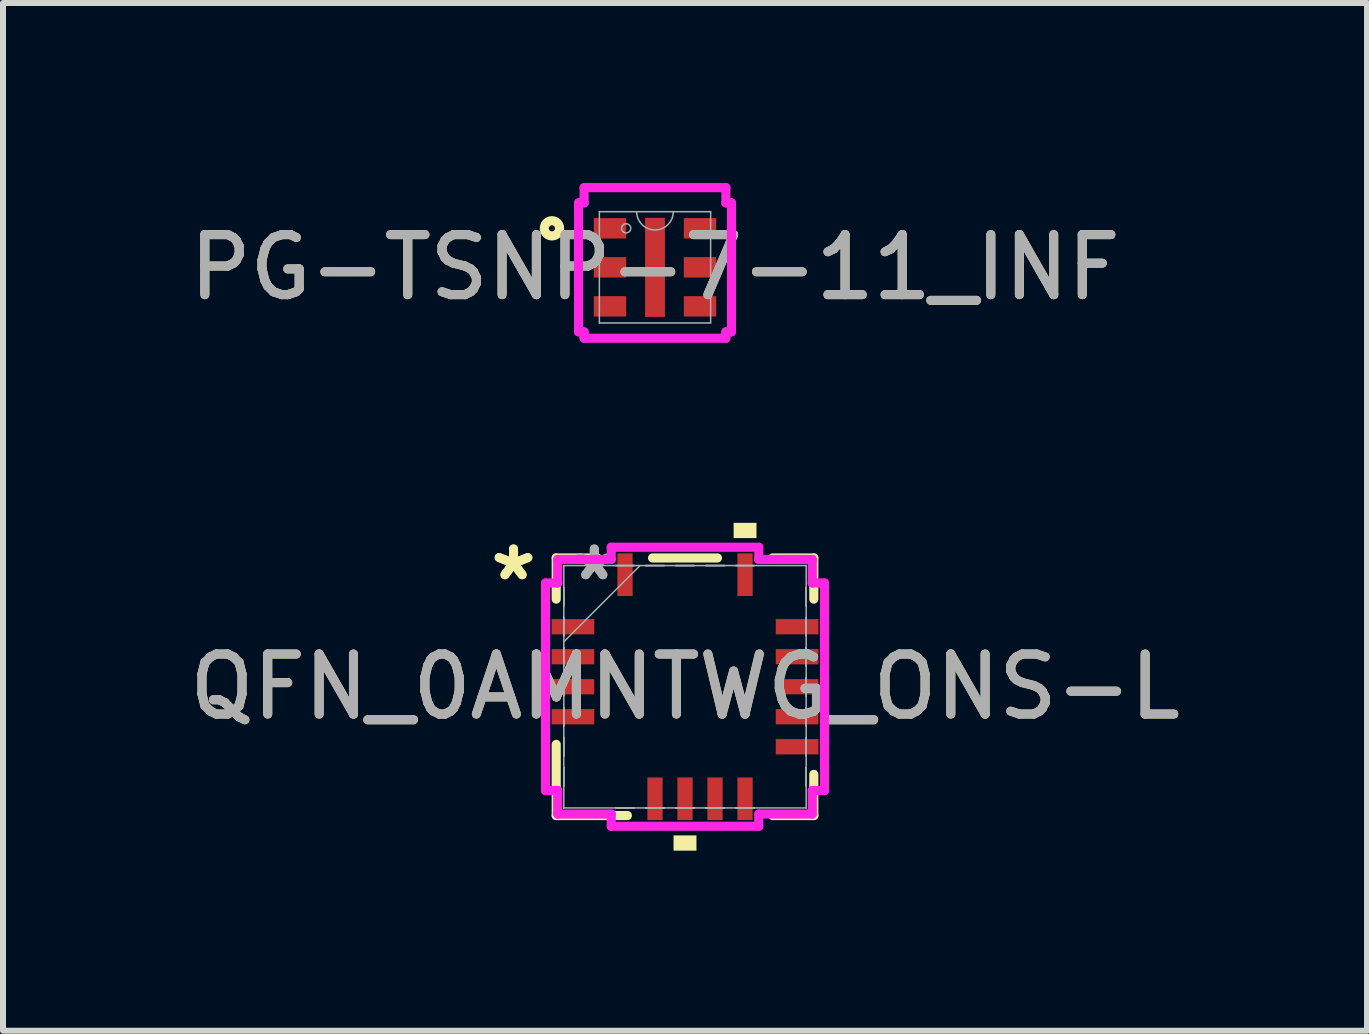
<source format=kicad_pcb>
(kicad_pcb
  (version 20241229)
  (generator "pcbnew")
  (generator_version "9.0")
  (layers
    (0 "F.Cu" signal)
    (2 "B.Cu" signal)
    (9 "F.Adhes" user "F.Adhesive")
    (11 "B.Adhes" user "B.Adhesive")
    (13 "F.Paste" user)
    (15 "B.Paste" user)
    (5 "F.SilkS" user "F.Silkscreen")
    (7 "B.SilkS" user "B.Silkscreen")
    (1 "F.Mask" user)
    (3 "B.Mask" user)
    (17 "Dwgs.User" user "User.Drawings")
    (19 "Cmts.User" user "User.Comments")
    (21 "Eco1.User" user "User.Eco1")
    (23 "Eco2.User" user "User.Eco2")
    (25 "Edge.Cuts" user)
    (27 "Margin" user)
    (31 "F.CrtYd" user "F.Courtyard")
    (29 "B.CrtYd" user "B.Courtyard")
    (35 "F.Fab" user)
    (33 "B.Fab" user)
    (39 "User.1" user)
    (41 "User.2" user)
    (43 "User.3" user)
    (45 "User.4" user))
  (footprint "QFN_0AMNTWG_ONS-L"
    (layer "F.Cu")
    (at 8.363 8.392)
    (property "Reference" "QFN_0AMNTWG_ONS-L" (at 0 0 0) (unlocked yes) (layer "F.SilkS") (effects (font (size 1 1) (thickness 0.15))))
    (attr smd)
    (fp_line (start -2.146 -2.146) (end -2.146 -1.46) (stroke (width 0.152) (type solid)) (layer "F.SilkS"))
    (fp_line (start -2.146 0.96) (end -2.146 2.146) (stroke (width 0.152) (type solid)) (layer "F.SilkS"))
    (fp_line (start -2.146 2.146) (end -0.96 2.146) (stroke (width 0.152) (type solid)) (layer "F.SilkS"))
    (fp_line (start -1.46 -2.146) (end -2.146 -2.146) (stroke (width 0.152) (type solid)) (layer "F.SilkS"))
    (fp_line (start 0.541 -2.146) (end -0.541 -2.146) (stroke (width 0.152) (type solid)) (layer "F.SilkS"))
    (fp_line (start 1.46 2.146) (end 2.146 2.146) (stroke (width 0.152) (type solid)) (layer "F.SilkS"))
    (fp_line (start 2.146 -2.146) (end 1.46 -2.146) (stroke (width 0.152) (type solid)) (layer "F.SilkS"))
    (fp_line (start 2.146 -1.46) (end 2.146 -2.146) (stroke (width 0.152) (type solid)) (layer "F.SilkS"))
    (fp_line (start 2.146 2.146) (end 2.146 1.46) (stroke (width 0.152) (type solid)) (layer "F.SilkS"))
    (fp_poly (pts (xy -0.191 2.477) (xy -0.191 2.731) (xy 0.191 2.731) (xy 0.191 2.477)) (stroke (width 0) (type solid)) (fill yes) (layer "F.SilkS"))
    (fp_poly (pts (xy 0.81 -2.477) (xy 0.81 -2.731) (xy 1.191 -2.731) (xy 1.191 -2.477)) (stroke (width 0) (type solid)) (fill yes) (layer "F.SilkS"))
    (fp_line (start -2.324 -1.729) (end -2.121 -1.729) (stroke (width 0.152) (type solid)) (layer "F.CrtYd"))
    (fp_line (start -2.324 1.729) (end -2.324 -1.729) (stroke (width 0.152) (type solid)) (layer "F.CrtYd"))
    (fp_line (start -2.121 -2.121) (end -1.229 -2.121) (stroke (width 0.152) (type solid)) (layer "F.CrtYd"))
    (fp_line (start -2.121 -1.729) (end -2.121 -2.121) (stroke (width 0.152) (type solid)) (layer "F.CrtYd"))
    (fp_line (start -2.121 1.729) (end -2.324 1.729) (stroke (width 0.152) (type solid)) (layer "F.CrtYd"))
    (fp_line (start -2.121 2.121) (end -2.121 1.729) (stroke (width 0.152) (type solid)) (layer "F.CrtYd"))
    (fp_line (start -1.229 -2.324) (end 1.229 -2.324) (stroke (width 0.152) (type solid)) (layer "F.CrtYd"))
    (fp_line (start -1.229 -2.121) (end -1.229 -2.324) (stroke (width 0.152) (type solid)) (layer "F.CrtYd"))
    (fp_line (start -1.229 2.121) (end -2.121 2.121) (stroke (width 0.152) (type solid)) (layer "F.CrtYd"))
    (fp_line (start -1.229 2.324) (end -1.229 2.121) (stroke (width 0.152) (type solid)) (layer "F.CrtYd"))
    (fp_line (start 1.229 -2.324) (end 1.229 -2.121) (stroke (width 0.152) (type solid)) (layer "F.CrtYd"))
    (fp_line (start 1.229 -2.121) (end 2.121 -2.121) (stroke (width 0.152) (type solid)) (layer "F.CrtYd"))
    (fp_line (start 1.229 2.121) (end 1.229 2.324) (stroke (width 0.152) (type solid)) (layer "F.CrtYd"))
    (fp_line (start 1.229 2.324) (end -1.229 2.324) (stroke (width 0.152) (type solid)) (layer "F.CrtYd"))
    (fp_line (start 2.121 -2.121) (end 2.121 -1.729) (stroke (width 0.152) (type solid)) (layer "F.CrtYd"))
    (fp_line (start 2.121 -1.729) (end 2.324 -1.729) (stroke (width 0.152) (type solid)) (layer "F.CrtYd"))
    (fp_line (start 2.121 1.729) (end 2.121 2.121) (stroke (width 0.152) (type solid)) (layer "F.CrtYd"))
    (fp_line (start 2.121 2.121) (end 1.229 2.121) (stroke (width 0.152) (type solid)) (layer "F.CrtYd"))
    (fp_line (start 2.324 -1.729) (end 2.324 1.729) (stroke (width 0.152) (type solid)) (layer "F.CrtYd"))
    (fp_line (start 2.324 1.729) (end 2.121 1.729) (stroke (width 0.152) (type solid)) (layer "F.CrtYd"))
    (fp_line (start -2.019 -2.019) (end -2.019 -2.019) (stroke (width 0.025) (type solid)) (layer "F.Fab"))
    (fp_line (start -2.019 -2.019) (end -2.019 2.019) (stroke (width 0.025) (type solid)) (layer "F.Fab"))
    (fp_line (start -2.019 -1.653) (end -2.019 -1.653) (stroke (width 0.025) (type solid)) (layer "F.Fab"))
    (fp_line (start -2.019 -1.653) (end -2.019 -1.348) (stroke (width 0.025) (type solid)) (layer "F.Fab"))
    (fp_line (start -2.019 -1.348) (end -2.019 -1.653) (stroke (width 0.025) (type solid)) (layer "F.Fab"))
    (fp_line (start -2.019 -1.348) (end -2.019 -1.348) (stroke (width 0.025) (type solid)) (layer "F.Fab"))
    (fp_line (start -2.019 -1.153) (end -2.019 -1.153) (stroke (width 0.025) (type solid)) (layer "F.Fab"))
    (fp_line (start -2.019 -1.153) (end -2.019 -0.848) (stroke (width 0.025) (type solid)) (layer "F.Fab"))
    (fp_line (start -2.019 -0.848) (end -2.019 -1.153) (stroke (width 0.025) (type solid)) (layer "F.Fab"))
    (fp_line (start -2.019 -0.848) (end -2.019 -0.848) (stroke (width 0.025) (type solid)) (layer "F.Fab"))
    (fp_line (start -2.019 -0.749) (end -0.749 -2.019) (stroke (width 0.025) (type solid)) (layer "F.Fab"))
    (fp_line (start -2.019 -0.653) (end -2.019 -0.653) (stroke (width 0.025) (type solid)) (layer "F.Fab"))
    (fp_line (start -2.019 -0.653) (end -2.019 -0.348) (stroke (width 0.025) (type solid)) (layer "F.Fab"))
    (fp_line (start -2.019 -0.348) (end -2.019 -0.653) (stroke (width 0.025) (type solid)) (layer "F.Fab"))
    (fp_line (start -2.019 -0.348) (end -2.019 -0.348) (stroke (width 0.025) (type solid)) (layer "F.Fab"))
    (fp_line (start -2.019 -0.152) (end -2.019 -0.152) (stroke (width 0.025) (type solid)) (layer "F.Fab"))
    (fp_line (start -2.019 -0.152) (end -2.019 0.152) (stroke (width 0.025) (type solid)) (layer "F.Fab"))
    (fp_line (start -2.019 0.152) (end -2.019 -0.152) (stroke (width 0.025) (type solid)) (layer "F.Fab"))
    (fp_line (start -2.019 0.152) (end -2.019 0.152) (stroke (width 0.025) (type solid)) (layer "F.Fab"))
    (fp_line (start -2.019 0.348) (end -2.019 0.348) (stroke (width 0.025) (type solid)) (layer "F.Fab"))
    (fp_line (start -2.019 0.348) (end -2.019 0.653) (stroke (width 0.025) (type solid)) (layer "F.Fab"))
    (fp_line (start -2.019 0.653) (end -2.019 0.348) (stroke (width 0.025) (type solid)) (layer "F.Fab"))
    (fp_line (start -2.019 0.653) (end -2.019 0.653) (stroke (width 0.025) (type solid)) (layer "F.Fab"))
    (fp_line (start -2.019 0.848) (end -2.019 0.848) (stroke (width 0.025) (type solid)) (layer "F.Fab"))
    (fp_line (start -2.019 0.848) (end -2.019 1.153) (stroke (width 0.025) (type solid)) (layer "F.Fab"))
    (fp_line (start -2.019 1.153) (end -2.019 0.848) (stroke (width 0.025) (type solid)) (layer "F.Fab"))
    (fp_line (start -2.019 1.153) (end -2.019 1.153) (stroke (width 0.025) (type solid)) (layer "F.Fab"))
    (fp_line (start -2.019 1.348) (end -2.019 1.348) (stroke (width 0.025) (type solid)) (layer "F.Fab"))
    (fp_line (start -2.019 1.348) (end -2.019 1.653) (stroke (width 0.025) (type solid)) (layer "F.Fab"))
    (fp_line (start -2.019 1.653) (end -2.019 1.348) (stroke (width 0.025) (type solid)) (layer "F.Fab"))
    (fp_line (start -2.019 1.653) (end -2.019 1.653) (stroke (width 0.025) (type solid)) (layer "F.Fab"))
    (fp_line (start -2.019 2.019) (end -2.019 2.019) (stroke (width 0.025) (type solid)) (layer "F.Fab"))
    (fp_line (start -2.019 2.019) (end 2.019 2.019) (stroke (width 0.025) (type solid)) (layer "F.Fab"))
    (fp_line (start -1.153 -2.019) (end -1.153 -2.019) (stroke (width 0.025) (type solid)) (layer "F.Fab"))
    (fp_line (start -1.153 -2.019) (end -0.848 -2.019) (stroke (width 0.025) (type solid)) (layer "F.Fab"))
    (fp_line (start -1.153 2.019) (end -1.153 2.019) (stroke (width 0.025) (type solid)) (layer "F.Fab"))
    (fp_line (start -1.153 2.019) (end -0.848 2.019) (stroke (width 0.025) (type solid)) (layer "F.Fab"))
    (fp_line (start -0.848 -2.019) (end -1.153 -2.019) (stroke (width 0.025) (type solid)) (layer "F.Fab"))
    (fp_line (start -0.848 -2.019) (end -0.848 -2.019) (stroke (width 0.025) (type solid)) (layer "F.Fab"))
    (fp_line (start -0.848 2.019) (end -1.153 2.019) (stroke (width 0.025) (type solid)) (layer "F.Fab"))
    (fp_line (start -0.848 2.019) (end -0.848 2.019) (stroke (width 0.025) (type solid)) (layer "F.Fab"))
    (fp_line (start -0.653 -2.019) (end -0.653 -2.019) (stroke (width 0.025) (type solid)) (layer "F.Fab"))
    (fp_line (start -0.653 -2.019) (end -0.348 -2.019) (stroke (width 0.025) (type solid)) (layer "F.Fab"))
    (fp_line (start -0.653 2.019) (end -0.653 2.019) (stroke (width 0.025) (type solid)) (layer "F.Fab"))
    (fp_line (start -0.653 2.019) (end -0.348 2.019) (stroke (width 0.025) (type solid)) (layer "F.Fab"))
    (fp_line (start -0.348 -2.019) (end -0.653 -2.019) (stroke (width 0.025) (type solid)) (layer "F.Fab"))
    (fp_line (start -0.348 -2.019) (end -0.348 -2.019) (stroke (width 0.025) (type solid)) (layer "F.Fab"))
    (fp_line (start -0.348 2.019) (end -0.653 2.019) (stroke (width 0.025) (type solid)) (layer "F.Fab"))
    (fp_line (start -0.348 2.019) (end -0.348 2.019) (stroke (width 0.025) (type solid)) (layer "F.Fab"))
    (fp_line (start -0.152 -2.019) (end -0.152 -2.019) (stroke (width 0.025) (type solid)) (layer "F.Fab"))
    (fp_line (start -0.152 -2.019) (end 0.152 -2.019) (stroke (width 0.025) (type solid)) (layer "F.Fab"))
    (fp_line (start -0.152 2.019) (end -0.152 2.019) (stroke (width 0.025) (type solid)) (layer "F.Fab"))
    (fp_line (start -0.152 2.019) (end 0.152 2.019) (stroke (width 0.025) (type solid)) (layer "F.Fab"))
    (fp_line (start 0.152 -2.019) (end -0.152 -2.019) (stroke (width 0.025) (type solid)) (layer "F.Fab"))
    (fp_line (start 0.152 -2.019) (end 0.152 -2.019) (stroke (width 0.025) (type solid)) (layer "F.Fab"))
    (fp_line (start 0.152 2.019) (end -0.152 2.019) (stroke (width 0.025) (type solid)) (layer "F.Fab"))
    (fp_line (start 0.152 2.019) (end 0.152 2.019) (stroke (width 0.025) (type solid)) (layer "F.Fab"))
    (fp_line (start 0.348 -2.019) (end 0.348 -2.019) (stroke (width 0.025) (type solid)) (layer "F.Fab"))
    (fp_line (start 0.348 -2.019) (end 0.653 -2.019) (stroke (width 0.025) (type solid)) (layer "F.Fab"))
    (fp_line (start 0.348 2.019) (end 0.348 2.019) (stroke (width 0.025) (type solid)) (layer "F.Fab"))
    (fp_line (start 0.348 2.019) (end 0.653 2.019) (stroke (width 0.025) (type solid)) (layer "F.Fab"))
    (fp_line (start 0.653 -2.019) (end 0.348 -2.019) (stroke (width 0.025) (type solid)) (layer "F.Fab"))
    (fp_line (start 0.653 -2.019) (end 0.653 -2.019) (stroke (width 0.025) (type solid)) (layer "F.Fab"))
    (fp_line (start 0.653 2.019) (end 0.348 2.019) (stroke (width 0.025) (type solid)) (layer "F.Fab"))
    (fp_line (start 0.653 2.019) (end 0.653 2.019) (stroke (width 0.025) (type solid)) (layer "F.Fab"))
    (fp_line (start 0.848 -2.019) (end 0.848 -2.019) (stroke (width 0.025) (type solid)) (layer "F.Fab"))
    (fp_line (start 0.848 -2.019) (end 1.153 -2.019) (stroke (width 0.025) (type solid)) (layer "F.Fab"))
    (fp_line (start 0.848 2.019) (end 0.848 2.019) (stroke (width 0.025) (type solid)) (layer "F.Fab"))
    (fp_line (start 0.848 2.019) (end 1.153 2.019) (stroke (width 0.025) (type solid)) (layer "F.Fab"))
    (fp_line (start 1.153 -2.019) (end 0.848 -2.019) (stroke (width 0.025) (type solid)) (layer "F.Fab"))
    (fp_line (start 1.153 -2.019) (end 1.153 -2.019) (stroke (width 0.025) (type solid)) (layer "F.Fab"))
    (fp_line (start 1.153 2.019) (end 0.848 2.019) (stroke (width 0.025) (type solid)) (layer "F.Fab"))
    (fp_line (start 1.153 2.019) (end 1.153 2.019) (stroke (width 0.025) (type solid)) (layer "F.Fab"))
    (fp_line (start 2.019 -2.019) (end -2.019 -2.019) (stroke (width 0.025) (type solid)) (layer "F.Fab"))
    (fp_line (start 2.019 -2.019) (end 2.019 -2.019) (stroke (width 0.025) (type solid)) (layer "F.Fab"))
    (fp_line (start 2.019 -1.653) (end 2.019 -1.653) (stroke (width 0.025) (type solid)) (layer "F.Fab"))
    (fp_line (start 2.019 -1.653) (end 2.019 -1.348) (stroke (width 0.025) (type solid)) (layer "F.Fab"))
    (fp_line (start 2.019 -1.348) (end 2.019 -1.653) (stroke (width 0.025) (type solid)) (layer "F.Fab"))
    (fp_line (start 2.019 -1.348) (end 2.019 -1.348) (stroke (width 0.025) (type solid)) (layer "F.Fab"))
    (fp_line (start 2.019 -1.153) (end 2.019 -1.153) (stroke (width 0.025) (type solid)) (layer "F.Fab"))
    (fp_line (start 2.019 -1.153) (end 2.019 -0.848) (stroke (width 0.025) (type solid)) (layer "F.Fab"))
    (fp_line (start 2.019 -0.848) (end 2.019 -1.153) (stroke (width 0.025) (type solid)) (layer "F.Fab"))
    (fp_line (start 2.019 -0.848) (end 2.019 -0.848) (stroke (width 0.025) (type solid)) (layer "F.Fab"))
    (fp_line (start 2.019 -0.653) (end 2.019 -0.653) (stroke (width 0.025) (type solid)) (layer "F.Fab"))
    (fp_line (start 2.019 -0.653) (end 2.019 -0.348) (stroke (width 0.025) (type solid)) (layer "F.Fab"))
    (fp_line (start 2.019 -0.348) (end 2.019 -0.653) (stroke (width 0.025) (type solid)) (layer "F.Fab"))
    (fp_line (start 2.019 -0.348) (end 2.019 -0.348) (stroke (width 0.025) (type solid)) (layer "F.Fab"))
    (fp_line (start 2.019 -0.152) (end 2.019 -0.152) (stroke (width 0.025) (type solid)) (layer "F.Fab"))
    (fp_line (start 2.019 -0.152) (end 2.019 0.152) (stroke (width 0.025) (type solid)) (layer "F.Fab"))
    (fp_line (start 2.019 0.152) (end 2.019 -0.152) (stroke (width 0.025) (type solid)) (layer "F.Fab"))
    (fp_line (start 2.019 0.152) (end 2.019 0.152) (stroke (width 0.025) (type solid)) (layer "F.Fab"))
    (fp_line (start 2.019 0.348) (end 2.019 0.348) (stroke (width 0.025) (type solid)) (layer "F.Fab"))
    (fp_line (start 2.019 0.348) (end 2.019 0.653) (stroke (width 0.025) (type solid)) (layer "F.Fab"))
    (fp_line (start 2.019 0.653) (end 2.019 0.348) (stroke (width 0.025) (type solid)) (layer "F.Fab"))
    (fp_line (start 2.019 0.653) (end 2.019 0.653) (stroke (width 0.025) (type solid)) (layer "F.Fab"))
    (fp_line (start 2.019 0.848) (end 2.019 0.848) (stroke (width 0.025) (type solid)) (layer "F.Fab"))
    (fp_line (start 2.019 0.848) (end 2.019 1.153) (stroke (width 0.025) (type solid)) (layer "F.Fab"))
    (fp_line (start 2.019 1.153) (end 2.019 0.848) (stroke (width 0.025) (type solid)) (layer "F.Fab"))
    (fp_line (start 2.019 1.153) (end 2.019 1.153) (stroke (width 0.025) (type solid)) (layer "F.Fab"))
    (fp_line (start 2.019 1.348) (end 2.019 1.348) (stroke (width 0.025) (type solid)) (layer "F.Fab"))
    (fp_line (start 2.019 1.348) (end 2.019 1.653) (stroke (width 0.025) (type solid)) (layer "F.Fab"))
    (fp_line (start 2.019 1.653) (end 2.019 1.348) (stroke (width 0.025) (type solid)) (layer "F.Fab"))
    (fp_line (start 2.019 1.653) (end 2.019 1.653) (stroke (width 0.025) (type solid)) (layer "F.Fab"))
    (fp_line (start 2.019 2.019) (end 2.019 -2.019) (stroke (width 0.025) (type solid)) (layer "F.Fab"))
    (fp_line (start 2.019 2.019) (end 2.019 2.019) (stroke (width 0.025) (type solid)) (layer "F.Fab"))
    (fp_text user "*" (at -2.857 -1.75 0) (layer "F.SilkS") (effects (font (size 1 1) (thickness 0.15))))
    (fp_text user "*" (at -2.857 -1.75 0) (unlocked yes) (layer "F.SilkS") (effects (font (size 1 1) (thickness 0.15))))
    (fp_text user "*" (at -1.511 -1.75 0) (layer "F.Fab") (effects (font (size 1 1) (thickness 0.15))))
    (fp_text user "*" (at -1.511 -1.75 0) (unlocked yes) (layer "F.Fab") (effects (font (size 1 1) (thickness 0.15))))
    (fp_text user "${REFERENCE}" (at 0 0 0) (unlocked yes) (layer "F.Fab") (effects (font (size 1 1) (thickness 0.15))))
    (pad "1" smd rect (at -1.867 -1 90) (size 0.254 0.711) (layers "F.Cu" "F.Mask" "F.Paste"))
    (pad "2" smd rect (at -1.867 -0.5 90) (size 0.254 0.711) (layers "F.Cu" "F.Mask" "F.Paste"))
    (pad "3" smd rect (at -1.867 0 90) (size 0.254 0.711) (layers "F.Cu" "F.Mask" "F.Paste"))
    (pad "4" smd rect (at -1.867 0.5 90) (size 0.254 0.711) (layers "F.Cu" "F.Mask" "F.Paste"))
    (pad "5" smd rect (at -0.5 1.867) (size 0.254 0.711) (layers "F.Cu" "F.Mask" "F.Paste"))
    (pad "6" smd rect (at 0 1.867) (size 0.254 0.711) (layers "F.Cu" "F.Mask" "F.Paste"))
    (pad "7" smd rect (at 0.5 1.867) (size 0.254 0.711) (layers "F.Cu" "F.Mask" "F.Paste"))
    (pad "8" smd rect (at 1 1.867) (size 0.254 0.711) (layers "F.Cu" "F.Mask" "F.Paste"))
    (pad "9" smd rect (at 1.867 1 90) (size 0.254 0.711) (layers "F.Cu" "F.Mask" "F.Paste"))
    (pad "10" smd rect (at 1.867 0.5 90) (size 0.254 0.711) (layers "F.Cu" "F.Mask" "F.Paste"))
    (pad "11" smd rect (at 1.867 0 90) (size 0.254 0.711) (layers "F.Cu" "F.Mask" "F.Paste"))
    (pad "12" smd rect (at 1.867 -0.5 90) (size 0.254 0.711) (layers "F.Cu" "F.Mask" "F.Paste"))
    (pad "13" smd rect (at 1.867 -1 90) (size 0.254 0.711) (layers "F.Cu" "F.Mask" "F.Paste"))
    (pad "14" smd rect (at 1 -1.867) (size 0.254 0.711) (layers "F.Cu" "F.Mask" "F.Paste"))
    (pad "15" smd rect (at -1 -1.867) (size 0.254 0.711) (layers "F.Cu" "F.Mask" "F.Paste")))
  (footprint "PG-TSNP-7-11_INF"
    (layer "F.Cu")
    (at 7.863 1.404)
    (property "Reference" "PG-TSNP-7-11_INF" (at 0 0 0) (unlocked yes) (layer "F.SilkS") (effects (font (size 1 1) (thickness 0.15))))
    (attr smd)
    (fp_circle (center -1.717 -0.65) (end -1.59 -0.65) (stroke (width 0.152) (type solid)) (fill no) (layer "F.SilkS"))
    (fp_line (start -1.274 -1.074) (end -1.181 -1.074) (stroke (width 0.152) (type solid)) (layer "F.CrtYd"))
    (fp_line (start -1.274 1.074) (end -1.274 -1.074) (stroke (width 0.152) (type solid)) (layer "F.CrtYd"))
    (fp_line (start -1.274 1.074) (end -1.181 1.074) (stroke (width 0.152) (type solid)) (layer "F.CrtYd"))
    (fp_line (start -1.181 -1.328) (end 1.181 -1.328) (stroke (width 0.152) (type solid)) (layer "F.CrtYd"))
    (fp_line (start -1.181 -1.074) (end -1.181 -1.328) (stroke (width 0.152) (type solid)) (layer "F.CrtYd"))
    (fp_line (start -1.181 1.181) (end -1.181 1.074) (stroke (width 0.152) (type solid)) (layer "F.CrtYd"))
    (fp_line (start 1.181 -1.328) (end 1.181 -1.074) (stroke (width 0.152) (type solid)) (layer "F.CrtYd"))
    (fp_line (start 1.181 1.074) (end 1.181 1.181) (stroke (width 0.152) (type solid)) (layer "F.CrtYd"))
    (fp_line (start 1.181 1.181) (end -1.181 1.181) (stroke (width 0.152) (type solid)) (layer "F.CrtYd"))
    (fp_line (start 1.274 -1.074) (end 1.181 -1.074) (stroke (width 0.152) (type solid)) (layer "F.CrtYd"))
    (fp_line (start 1.274 -1.074) (end 1.274 1.074) (stroke (width 0.152) (type solid)) (layer "F.CrtYd"))
    (fp_line (start 1.274 1.074) (end 1.181 1.074) (stroke (width 0.152) (type solid)) (layer "F.CrtYd"))
    (fp_line (start -0.927 -0.927) (end -0.927 0.927) (stroke (width 0.025) (type solid)) (layer "F.Fab"))
    (fp_line (start -0.927 0.927) (end 0.927 0.927) (stroke (width 0.025) (type solid)) (layer "F.Fab"))
    (fp_line (start 0.927 -0.927) (end -0.927 -0.927) (stroke (width 0.025) (type solid)) (layer "F.Fab"))
    (fp_line (start 0.927 0.927) (end 0.927 -0.927) (stroke (width 0.025) (type solid)) (layer "F.Fab"))
    (fp_arc (start 0.3048 -0.9271) (mid 0 -0.6223) (end -0.3048 -0.9271) (stroke (width 0.0254) (type solid)) (layer "F.Fab"))
    (fp_circle (center -0.48 -0.65) (end -0.404 -0.65) (stroke (width 0.025) (type solid)) (fill no) (layer "F.Fab"))
    (fp_text user "${REFERENCE}" (at 0 0 0) (unlocked yes) (layer "F.Fab") (effects (font (size 1 1) (thickness 0.15))))
    (pad "1" smd rect (at -0.75 -0.65) (size 0.54 0.34) (layers "F.Cu" "F.Mask" "F.Paste"))
    (pad "2" smd rect (at -0.75 0) (size 0.54 0.34) (layers "F.Cu" "F.Mask" "F.Paste"))
    (pad "3" smd rect (at -0.75 0.65) (size 0.54 0.34) (layers "F.Cu" "F.Mask" "F.Paste"))
    (pad "4" smd rect (at 0 0) (size 0.33 1.651) (layers "F.Cu" "F.Mask"))
    (pad "5" smd rect (at 0.75 0.65) (size 0.54 0.34) (layers "F.Cu" "F.Mask" "F.Paste"))
    (pad "6" smd rect (at 0.75 0) (size 0.54 0.34) (layers "F.Cu" "F.Mask" "F.Paste"))
    (pad "7" smd rect (at 0.75 -0.65) (size 0.54 0.34) (layers "F.Cu" "F.Mask" "F.Paste")))
  (gr_rect
    (start -3 -3)
    (end 19.726 14.123)
    (stroke (width 0.1) (type default))
    (fill no)
    (layer "Edge.Cuts")))
</source>
